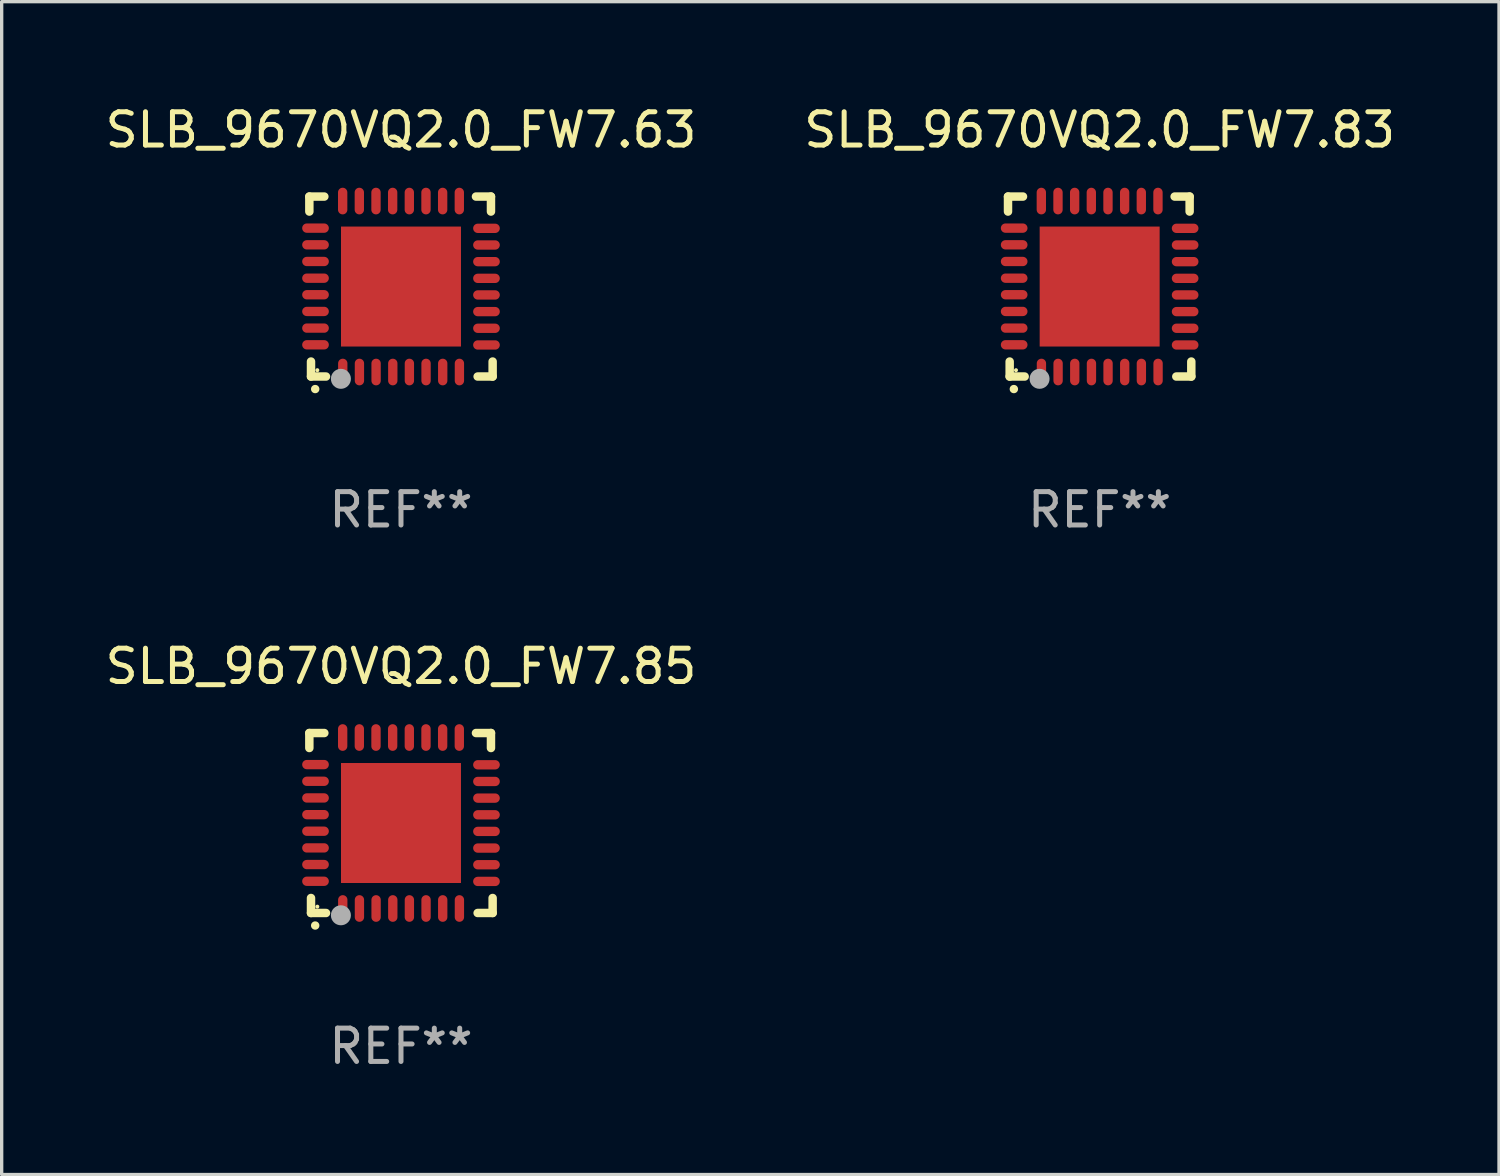
<source format=kicad_pcb>
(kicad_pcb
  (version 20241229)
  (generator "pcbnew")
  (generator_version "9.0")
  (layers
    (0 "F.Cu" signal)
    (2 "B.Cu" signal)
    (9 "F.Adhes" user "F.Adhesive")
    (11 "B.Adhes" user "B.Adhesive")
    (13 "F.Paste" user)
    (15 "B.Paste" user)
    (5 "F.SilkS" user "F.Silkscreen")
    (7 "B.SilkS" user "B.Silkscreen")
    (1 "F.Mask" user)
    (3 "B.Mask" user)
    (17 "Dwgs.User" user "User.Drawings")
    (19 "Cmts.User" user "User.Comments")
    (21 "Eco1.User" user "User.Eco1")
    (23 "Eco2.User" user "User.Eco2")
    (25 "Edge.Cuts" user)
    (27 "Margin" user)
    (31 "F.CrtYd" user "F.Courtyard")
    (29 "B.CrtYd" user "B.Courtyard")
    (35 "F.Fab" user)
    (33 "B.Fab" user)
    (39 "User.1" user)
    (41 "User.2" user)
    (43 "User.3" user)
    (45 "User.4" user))
  (footprint "SLB_9670VQ2.0_FW7.63"
    (layer "F.Cu")
    (at 8.982 5.548)
    (property "Reference" "SLB_9670VQ2.0_FW7.63" (at 0 -4.7 0) (layer "F.SilkS") (effects (font (size 1 1) (thickness 0.15))))
    (attr through_hole)
    (fp_line (start -2.75 -2.7) (end -2.75 -2.25) (stroke (width 0.254) (type solid)) (layer "F.SilkS"))
    (fp_line (start -2.7 2.7) (end -2.7 2.25) (stroke (width 0.254) (type solid)) (layer "F.SilkS"))
    (fp_line (start -2.3 -2.7) (end -2.75 -2.7) (stroke (width 0.254) (type solid)) (layer "F.SilkS"))
    (fp_line (start -2.25 2.7) (end -2.7 2.7) (stroke (width 0.254) (type solid)) (layer "F.SilkS"))
    (fp_line (start 2.3 2.7) (end 2.75 2.7) (stroke (width 0.254) (type solid)) (layer "F.SilkS"))
    (fp_line (start 2.7 -2.7) (end 2.25 -2.7) (stroke (width 0.254) (type solid)) (layer "F.SilkS"))
    (fp_line (start 2.7 -2.25) (end 2.7 -2.7) (stroke (width 0.254) (type solid)) (layer "F.SilkS"))
    (fp_line (start 2.75 2.7) (end 2.75 2.25) (stroke (width 0.254) (type solid)) (layer "F.SilkS"))
    (fp_arc (start -2.575565 3.075946) (mid -2.574295 3.07594) (end -2.573025 3.075946) (stroke (width 0.25) (type solid)) (layer "F.SilkS"))
    (fp_circle (center -2.51 2.51) (end -2.48 2.51) (stroke (width 0.06) (type solid)) (fill no) (layer "F.SilkS"))
    (fp_circle (center -1.803 2.769) (end -1.653 2.769) (stroke (width 0.3) (type solid)) (fill no) (layer "F.Fab"))
    (fp_text user "REF**" (at 0 6.7 0) (layer "F.Fab") (effects (font (size 1 1) (thickness 0.15))))
    (pad "1" smd oval (at -1.747 2.565) (size 0.28 0.8) (layers "F.Cu" "F.Mask" "F.Paste"))
    (pad "2" smd oval (at -1.247 2.565) (size 0.28 0.8) (layers "F.Cu" "F.Mask" "F.Paste"))
    (pad "3" smd oval (at -0.747 2.565) (size 0.28 0.8) (layers "F.Cu" "F.Mask" "F.Paste"))
    (pad "4" smd oval (at -0.246 2.565) (size 0.28 0.8) (layers "F.Cu" "F.Mask" "F.Paste"))
    (pad "5" smd oval (at 0.252 2.565) (size 0.28 0.8) (layers "F.Cu" "F.Mask" "F.Paste"))
    (pad "6" smd oval (at 0.752 2.565) (size 0.28 0.8) (layers "F.Cu" "F.Mask" "F.Paste"))
    (pad "7" smd oval (at 1.252 2.565) (size 0.28 0.8) (layers "F.Cu" "F.Mask" "F.Paste"))
    (pad "8" smd oval (at 1.753 2.565) (size 0.28 0.8) (layers "F.Cu" "F.Mask" "F.Paste"))
    (pad "9" smd oval (at 2.565 1.753) (size 0.8 0.28) (layers "F.Cu" "F.Mask" "F.Paste"))
    (pad "10" smd oval (at 2.565 1.252) (size 0.8 0.28) (layers "F.Cu" "F.Mask" "F.Paste"))
    (pad "11" smd oval (at 2.565 0.752) (size 0.8 0.28) (layers "F.Cu" "F.Mask" "F.Paste"))
    (pad "12" smd oval (at 2.565 0.252) (size 0.8 0.28) (layers "F.Cu" "F.Mask" "F.Paste"))
    (pad "13" smd oval (at 2.565 -0.246) (size 0.8 0.28) (layers "F.Cu" "F.Mask" "F.Paste"))
    (pad "14" smd oval (at 2.565 -0.747) (size 0.8 0.28) (layers "F.Cu" "F.Mask" "F.Paste"))
    (pad "15" smd oval (at 2.565 -1.247) (size 0.8 0.28) (layers "F.Cu" "F.Mask" "F.Paste"))
    (pad "16" smd oval (at 2.565 -1.747) (size 0.8 0.28) (layers "F.Cu" "F.Mask" "F.Paste"))
    (pad "17" smd oval (at 1.75 -2.565) (size 0.28 0.8) (layers "F.Cu" "F.Mask" "F.Paste"))
    (pad "18" smd oval (at 1.25 -2.565) (size 0.28 0.8) (layers "F.Cu" "F.Mask" "F.Paste"))
    (pad "19" smd oval (at 0.75 -2.565) (size 0.28 0.8) (layers "F.Cu" "F.Mask" "F.Paste"))
    (pad "20" smd oval (at 0.25 -2.565) (size 0.28 0.8) (layers "F.Cu" "F.Mask" "F.Paste"))
    (pad "21" smd oval (at -0.25 -2.565) (size 0.28 0.8) (layers "F.Cu" "F.Mask" "F.Paste"))
    (pad "22" smd oval (at -0.75 -2.565) (size 0.28 0.8) (layers "F.Cu" "F.Mask" "F.Paste"))
    (pad "23" smd oval (at -1.25 -2.565) (size 0.28 0.8) (layers "F.Cu" "F.Mask" "F.Paste"))
    (pad "24" smd oval (at -1.75 -2.565) (size 0.28 0.8) (layers "F.Cu" "F.Mask" "F.Paste"))
    (pad "25" smd oval (at -2.565 -1.753) (size 0.8 0.28) (layers "F.Cu" "F.Mask" "F.Paste"))
    (pad "26" smd oval (at -2.565 -1.252) (size 0.8 0.28) (layers "F.Cu" "F.Mask" "F.Paste"))
    (pad "27" smd oval (at -2.565 -0.752) (size 0.8 0.28) (layers "F.Cu" "F.Mask" "F.Paste"))
    (pad "28" smd oval (at -2.565 -0.251) (size 0.8 0.28) (layers "F.Cu" "F.Mask" "F.Paste"))
    (pad "29" smd oval (at -2.565 0.246) (size 0.8 0.28) (layers "F.Cu" "F.Mask" "F.Paste"))
    (pad "30" smd oval (at -2.565 0.747) (size 0.8 0.28) (layers "F.Cu" "F.Mask" "F.Paste"))
    (pad "31" smd oval (at -2.565 1.247) (size 0.8 0.28) (layers "F.Cu" "F.Mask" "F.Paste"))
    (pad "32" smd oval (at -2.565 1.748) (size 0.8 0.28) (layers "F.Cu" "F.Mask" "F.Paste"))
    (pad "33" smd rect (at 0.000076 0.000076) (size 3.6 3.6) (layers "F.Cu" "F.Mask" "F.Paste")))
  (footprint "SLB_9670VQ2.0_FW7.85"
    (layer "F.Cu")
    (at 8.982 21.645)
    (property "Reference" "SLB_9670VQ2.0_FW7.85" (at 0 -4.7 0) (layer "F.SilkS") (effects (font (size 1 1) (thickness 0.15))))
    (attr through_hole)
    (fp_line (start -2.75 -2.7) (end -2.75 -2.25) (stroke (width 0.254) (type solid)) (layer "F.SilkS"))
    (fp_line (start -2.7 2.7) (end -2.7 2.25) (stroke (width 0.254) (type solid)) (layer "F.SilkS"))
    (fp_line (start -2.3 -2.7) (end -2.75 -2.7) (stroke (width 0.254) (type solid)) (layer "F.SilkS"))
    (fp_line (start -2.25 2.7) (end -2.7 2.7) (stroke (width 0.254) (type solid)) (layer "F.SilkS"))
    (fp_line (start 2.3 2.7) (end 2.75 2.7) (stroke (width 0.254) (type solid)) (layer "F.SilkS"))
    (fp_line (start 2.7 -2.7) (end 2.25 -2.7) (stroke (width 0.254) (type solid)) (layer "F.SilkS"))
    (fp_line (start 2.7 -2.25) (end 2.7 -2.7) (stroke (width 0.254) (type solid)) (layer "F.SilkS"))
    (fp_line (start 2.75 2.7) (end 2.75 2.25) (stroke (width 0.254) (type solid)) (layer "F.SilkS"))
    (fp_arc (start -2.575565 3.075946) (mid -2.574295 3.07594) (end -2.573025 3.075946) (stroke (width 0.25) (type solid)) (layer "F.SilkS"))
    (fp_circle (center -2.51 2.51) (end -2.48 2.51) (stroke (width 0.06) (type solid)) (fill no) (layer "F.SilkS"))
    (fp_circle (center -1.803 2.769) (end -1.653 2.769) (stroke (width 0.3) (type solid)) (fill no) (layer "F.Fab"))
    (fp_text user "REF**" (at 0 6.7 0) (layer "F.Fab") (effects (font (size 1 1) (thickness 0.15))))
    (pad "1" smd oval (at -1.747 2.565) (size 0.28 0.8) (layers "F.Cu" "F.Mask" "F.Paste"))
    (pad "2" smd oval (at -1.247 2.565) (size 0.28 0.8) (layers "F.Cu" "F.Mask" "F.Paste"))
    (pad "3" smd oval (at -0.747 2.565) (size 0.28 0.8) (layers "F.Cu" "F.Mask" "F.Paste"))
    (pad "4" smd oval (at -0.246 2.565) (size 0.28 0.8) (layers "F.Cu" "F.Mask" "F.Paste"))
    (pad "5" smd oval (at 0.252 2.565) (size 0.28 0.8) (layers "F.Cu" "F.Mask" "F.Paste"))
    (pad "6" smd oval (at 0.752 2.565) (size 0.28 0.8) (layers "F.Cu" "F.Mask" "F.Paste"))
    (pad "7" smd oval (at 1.252 2.565) (size 0.28 0.8) (layers "F.Cu" "F.Mask" "F.Paste"))
    (pad "8" smd oval (at 1.753 2.565) (size 0.28 0.8) (layers "F.Cu" "F.Mask" "F.Paste"))
    (pad "9" smd oval (at 2.565 1.753) (size 0.8 0.28) (layers "F.Cu" "F.Mask" "F.Paste"))
    (pad "10" smd oval (at 2.565 1.252) (size 0.8 0.28) (layers "F.Cu" "F.Mask" "F.Paste"))
    (pad "11" smd oval (at 2.565 0.752) (size 0.8 0.28) (layers "F.Cu" "F.Mask" "F.Paste"))
    (pad "12" smd oval (at 2.565 0.252) (size 0.8 0.28) (layers "F.Cu" "F.Mask" "F.Paste"))
    (pad "13" smd oval (at 2.565 -0.246) (size 0.8 0.28) (layers "F.Cu" "F.Mask" "F.Paste"))
    (pad "14" smd oval (at 2.565 -0.747) (size 0.8 0.28) (layers "F.Cu" "F.Mask" "F.Paste"))
    (pad "15" smd oval (at 2.565 -1.247) (size 0.8 0.28) (layers "F.Cu" "F.Mask" "F.Paste"))
    (pad "16" smd oval (at 2.565 -1.747) (size 0.8 0.28) (layers "F.Cu" "F.Mask" "F.Paste"))
    (pad "17" smd oval (at 1.75 -2.565) (size 0.28 0.8) (layers "F.Cu" "F.Mask" "F.Paste"))
    (pad "18" smd oval (at 1.25 -2.565) (size 0.28 0.8) (layers "F.Cu" "F.Mask" "F.Paste"))
    (pad "19" smd oval (at 0.75 -2.565) (size 0.28 0.8) (layers "F.Cu" "F.Mask" "F.Paste"))
    (pad "20" smd oval (at 0.25 -2.565) (size 0.28 0.8) (layers "F.Cu" "F.Mask" "F.Paste"))
    (pad "21" smd oval (at -0.25 -2.565) (size 0.28 0.8) (layers "F.Cu" "F.Mask" "F.Paste"))
    (pad "22" smd oval (at -0.75 -2.565) (size 0.28 0.8) (layers "F.Cu" "F.Mask" "F.Paste"))
    (pad "23" smd oval (at -1.25 -2.565) (size 0.28 0.8) (layers "F.Cu" "F.Mask" "F.Paste"))
    (pad "24" smd oval (at -1.75 -2.565) (size 0.28 0.8) (layers "F.Cu" "F.Mask" "F.Paste"))
    (pad "25" smd oval (at -2.565 -1.753) (size 0.8 0.28) (layers "F.Cu" "F.Mask" "F.Paste"))
    (pad "26" smd oval (at -2.565 -1.252) (size 0.8 0.28) (layers "F.Cu" "F.Mask" "F.Paste"))
    (pad "27" smd oval (at -2.565 -0.752) (size 0.8 0.28) (layers "F.Cu" "F.Mask" "F.Paste"))
    (pad "28" smd oval (at -2.565 -0.251) (size 0.8 0.28) (layers "F.Cu" "F.Mask" "F.Paste"))
    (pad "29" smd oval (at -2.565 0.246) (size 0.8 0.28) (layers "F.Cu" "F.Mask" "F.Paste"))
    (pad "30" smd oval (at -2.565 0.747) (size 0.8 0.28) (layers "F.Cu" "F.Mask" "F.Paste"))
    (pad "31" smd oval (at -2.565 1.247) (size 0.8 0.28) (layers "F.Cu" "F.Mask" "F.Paste"))
    (pad "32" smd oval (at -2.565 1.748) (size 0.8 0.28) (layers "F.Cu" "F.Mask" "F.Paste"))
    (pad "33" smd rect (at 0.000076 0.000076) (size 3.6 3.6) (layers "F.Cu" "F.Mask" "F.Paste")))
  (footprint "SLB_9670VQ2.0_FW7.83"
    (layer "F.Cu")
    (at 29.946 5.548)
    (property "Reference" "SLB_9670VQ2.0_FW7.83" (at 0 -4.7 0) (layer "F.SilkS") (effects (font (size 1 1) (thickness 0.15))))
    (attr through_hole)
    (fp_line (start -2.75 -2.7) (end -2.75 -2.25) (stroke (width 0.254) (type solid)) (layer "F.SilkS"))
    (fp_line (start -2.7 2.7) (end -2.7 2.25) (stroke (width 0.254) (type solid)) (layer "F.SilkS"))
    (fp_line (start -2.3 -2.7) (end -2.75 -2.7) (stroke (width 0.254) (type solid)) (layer "F.SilkS"))
    (fp_line (start -2.25 2.7) (end -2.7 2.7) (stroke (width 0.254) (type solid)) (layer "F.SilkS"))
    (fp_line (start 2.3 2.7) (end 2.75 2.7) (stroke (width 0.254) (type solid)) (layer "F.SilkS"))
    (fp_line (start 2.7 -2.7) (end 2.25 -2.7) (stroke (width 0.254) (type solid)) (layer "F.SilkS"))
    (fp_line (start 2.7 -2.25) (end 2.7 -2.7) (stroke (width 0.254) (type solid)) (layer "F.SilkS"))
    (fp_line (start 2.75 2.7) (end 2.75 2.25) (stroke (width 0.254) (type solid)) (layer "F.SilkS"))
    (fp_arc (start -2.575565 3.075946) (mid -2.574295 3.07594) (end -2.573025 3.075946) (stroke (width 0.25) (type solid)) (layer "F.SilkS"))
    (fp_circle (center -2.51 2.51) (end -2.48 2.51) (stroke (width 0.06) (type solid)) (fill no) (layer "F.SilkS"))
    (fp_circle (center -1.803 2.769) (end -1.653 2.769) (stroke (width 0.3) (type solid)) (fill no) (layer "F.Fab"))
    (fp_text user "REF**" (at 0 6.7 0) (layer "F.Fab") (effects (font (size 1 1) (thickness 0.15))))
    (pad "1" smd oval (at -1.747 2.565) (size 0.28 0.8) (layers "F.Cu" "F.Mask" "F.Paste"))
    (pad "2" smd oval (at -1.247 2.565) (size 0.28 0.8) (layers "F.Cu" "F.Mask" "F.Paste"))
    (pad "3" smd oval (at -0.747 2.565) (size 0.28 0.8) (layers "F.Cu" "F.Mask" "F.Paste"))
    (pad "4" smd oval (at -0.246 2.565) (size 0.28 0.8) (layers "F.Cu" "F.Mask" "F.Paste"))
    (pad "5" smd oval (at 0.252 2.565) (size 0.28 0.8) (layers "F.Cu" "F.Mask" "F.Paste"))
    (pad "6" smd oval (at 0.752 2.565) (size 0.28 0.8) (layers "F.Cu" "F.Mask" "F.Paste"))
    (pad "7" smd oval (at 1.252 2.565) (size 0.28 0.8) (layers "F.Cu" "F.Mask" "F.Paste"))
    (pad "8" smd oval (at 1.753 2.565) (size 0.28 0.8) (layers "F.Cu" "F.Mask" "F.Paste"))
    (pad "9" smd oval (at 2.565 1.753) (size 0.8 0.28) (layers "F.Cu" "F.Mask" "F.Paste"))
    (pad "10" smd oval (at 2.565 1.252) (size 0.8 0.28) (layers "F.Cu" "F.Mask" "F.Paste"))
    (pad "11" smd oval (at 2.565 0.752) (size 0.8 0.28) (layers "F.Cu" "F.Mask" "F.Paste"))
    (pad "12" smd oval (at 2.565 0.252) (size 0.8 0.28) (layers "F.Cu" "F.Mask" "F.Paste"))
    (pad "13" smd oval (at 2.565 -0.246) (size 0.8 0.28) (layers "F.Cu" "F.Mask" "F.Paste"))
    (pad "14" smd oval (at 2.565 -0.747) (size 0.8 0.28) (layers "F.Cu" "F.Mask" "F.Paste"))
    (pad "15" smd oval (at 2.565 -1.247) (size 0.8 0.28) (layers "F.Cu" "F.Mask" "F.Paste"))
    (pad "16" smd oval (at 2.565 -1.747) (size 0.8 0.28) (layers "F.Cu" "F.Mask" "F.Paste"))
    (pad "17" smd oval (at 1.75 -2.565) (size 0.28 0.8) (layers "F.Cu" "F.Mask" "F.Paste"))
    (pad "18" smd oval (at 1.25 -2.565) (size 0.28 0.8) (layers "F.Cu" "F.Mask" "F.Paste"))
    (pad "19" smd oval (at 0.75 -2.565) (size 0.28 0.8) (layers "F.Cu" "F.Mask" "F.Paste"))
    (pad "20" smd oval (at 0.25 -2.565) (size 0.28 0.8) (layers "F.Cu" "F.Mask" "F.Paste"))
    (pad "21" smd oval (at -0.25 -2.565) (size 0.28 0.8) (layers "F.Cu" "F.Mask" "F.Paste"))
    (pad "22" smd oval (at -0.75 -2.565) (size 0.28 0.8) (layers "F.Cu" "F.Mask" "F.Paste"))
    (pad "23" smd oval (at -1.25 -2.565) (size 0.28 0.8) (layers "F.Cu" "F.Mask" "F.Paste"))
    (pad "24" smd oval (at -1.75 -2.565) (size 0.28 0.8) (layers "F.Cu" "F.Mask" "F.Paste"))
    (pad "25" smd oval (at -2.565 -1.753) (size 0.8 0.28) (layers "F.Cu" "F.Mask" "F.Paste"))
    (pad "26" smd oval (at -2.565 -1.252) (size 0.8 0.28) (layers "F.Cu" "F.Mask" "F.Paste"))
    (pad "27" smd oval (at -2.565 -0.752) (size 0.8 0.28) (layers "F.Cu" "F.Mask" "F.Paste"))
    (pad "28" smd oval (at -2.565 -0.251) (size 0.8 0.28) (layers "F.Cu" "F.Mask" "F.Paste"))
    (pad "29" smd oval (at -2.565 0.246) (size 0.8 0.28) (layers "F.Cu" "F.Mask" "F.Paste"))
    (pad "30" smd oval (at -2.565 0.747) (size 0.8 0.28) (layers "F.Cu" "F.Mask" "F.Paste"))
    (pad "31" smd oval (at -2.565 1.247) (size 0.8 0.28) (layers "F.Cu" "F.Mask" "F.Paste"))
    (pad "32" smd oval (at -2.565 1.748) (size 0.8 0.28) (layers "F.Cu" "F.Mask" "F.Paste"))
    (pad "33" smd rect (at 0.000076 0.000076) (size 3.6 3.6) (layers "F.Cu" "F.Mask" "F.Paste")))
  (gr_rect
    (start -3 -3)
    (end 41.929 32.193)
    (stroke (width 0.1) (type default))
    (fill no)
    (layer "Edge.Cuts")))
</source>
